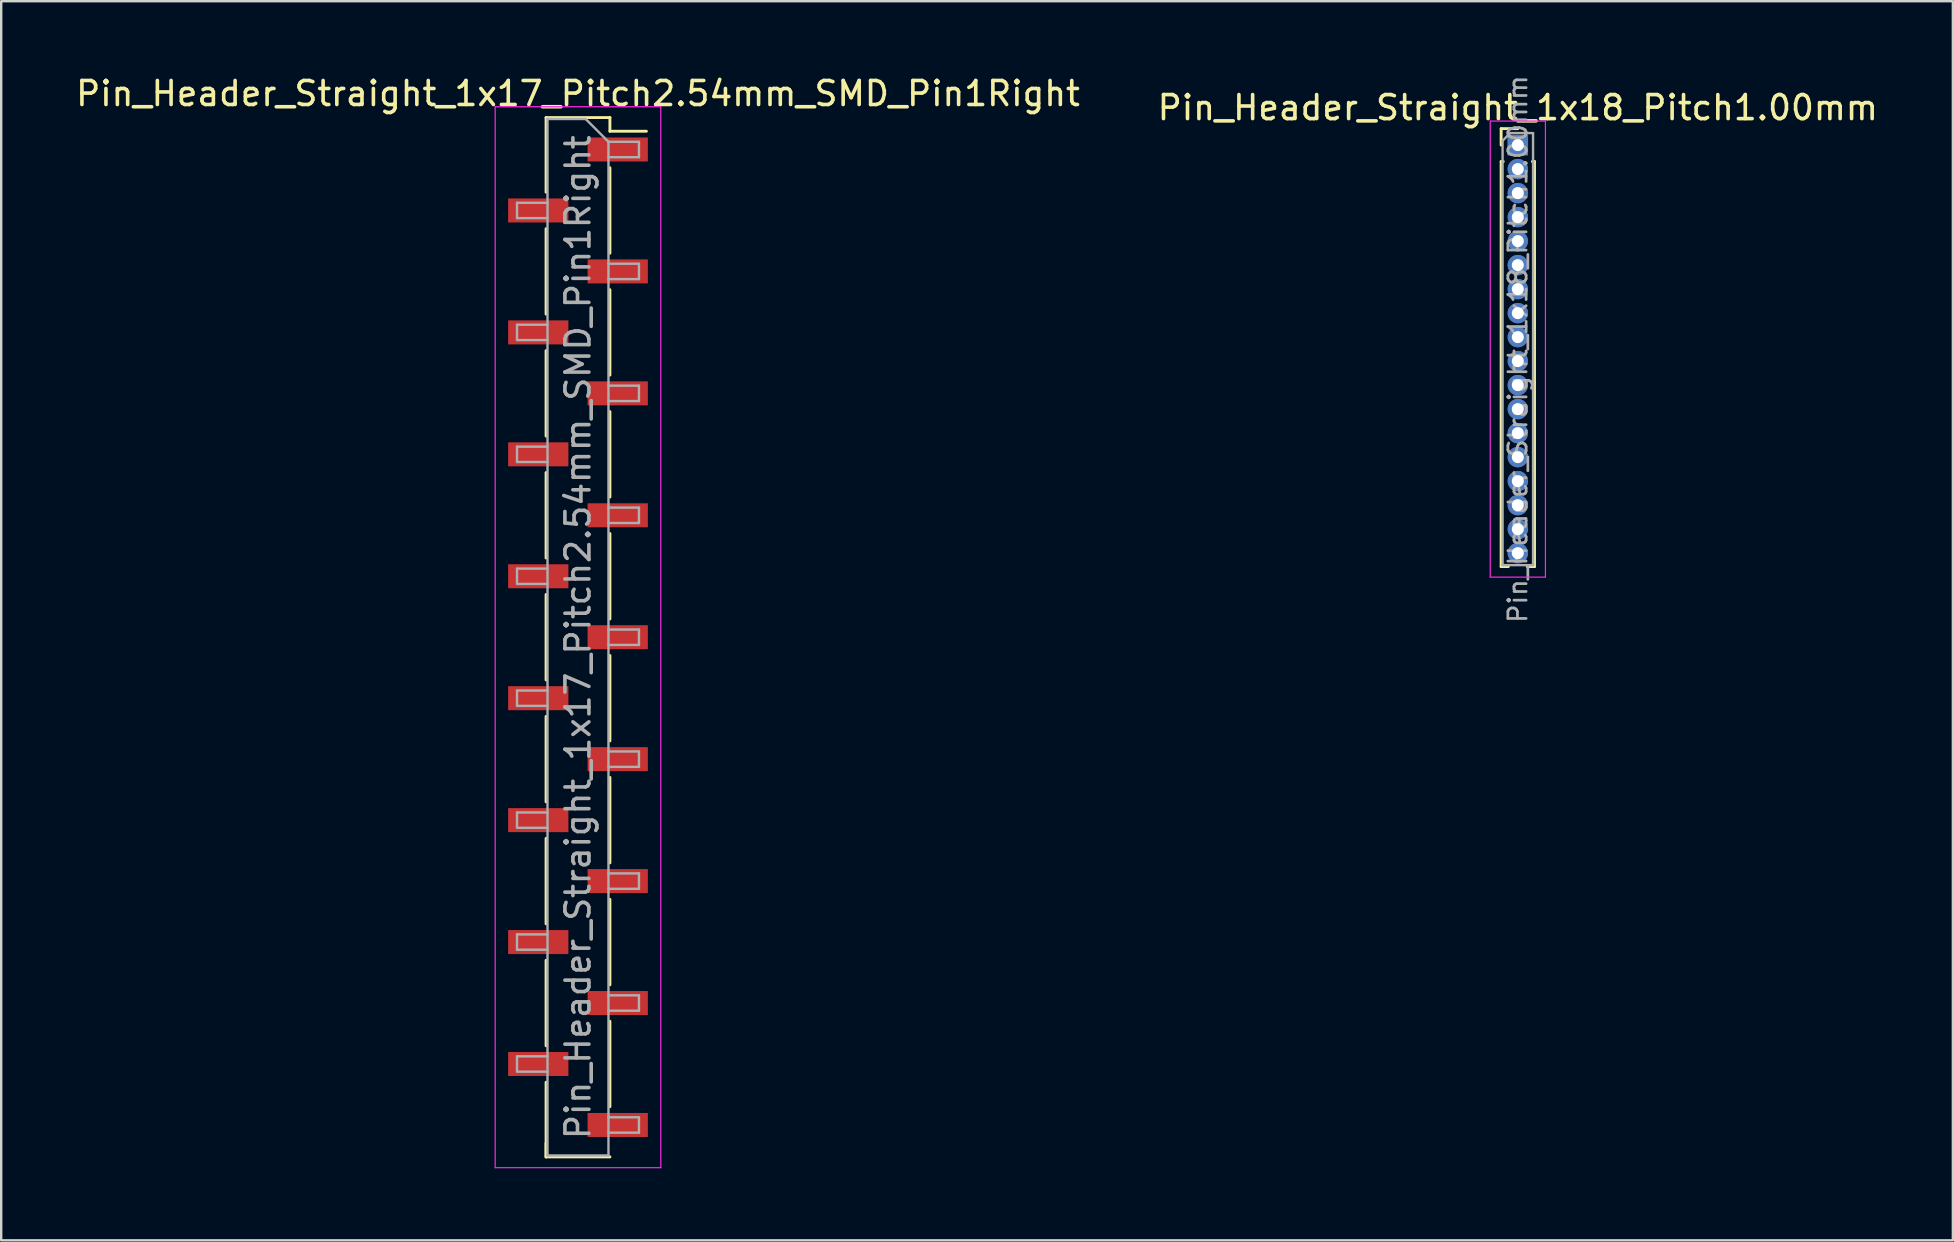
<source format=kicad_pcb>
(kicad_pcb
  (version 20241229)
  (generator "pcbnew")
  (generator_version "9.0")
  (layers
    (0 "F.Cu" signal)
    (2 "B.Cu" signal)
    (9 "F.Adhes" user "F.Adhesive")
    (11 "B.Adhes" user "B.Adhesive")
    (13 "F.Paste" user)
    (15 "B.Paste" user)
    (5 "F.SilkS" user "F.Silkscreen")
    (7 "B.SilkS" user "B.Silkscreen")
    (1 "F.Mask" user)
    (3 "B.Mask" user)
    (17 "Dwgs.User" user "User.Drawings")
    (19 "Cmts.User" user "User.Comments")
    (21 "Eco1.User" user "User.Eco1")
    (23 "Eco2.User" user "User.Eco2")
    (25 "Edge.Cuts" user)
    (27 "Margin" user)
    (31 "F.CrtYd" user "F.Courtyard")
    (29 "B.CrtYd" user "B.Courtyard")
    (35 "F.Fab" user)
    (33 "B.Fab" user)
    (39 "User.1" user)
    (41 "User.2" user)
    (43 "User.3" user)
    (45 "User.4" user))
  (footprint "Pin_Header_Straight_1x17_Pitch2.54mm_SMD_Pin1Right"
    (layer "F.Cu")
    (at 21.03 23.498)
    (property "Reference" "Pin_Header_Straight_1x17_Pitch2.54mm_SMD_Pin1Right" (at 0 -22.65 0) (layer "F.SilkS") (effects (font (size 1 1) (thickness 0.15))))
    (attr smd)
    (fp_line (start -1.33 -21.65) (end -1.33 -18.54) (stroke (width 0.12) (type solid)) (layer "F.SilkS"))
    (fp_line (start -1.33 -21.65) (end 1.33 -21.65) (stroke (width 0.12) (type solid)) (layer "F.SilkS"))
    (fp_line (start -1.33 -17.02) (end -1.33 -13.46) (stroke (width 0.12) (type solid)) (layer "F.SilkS"))
    (fp_line (start -1.33 -11.94) (end -1.33 -8.38) (stroke (width 0.12) (type solid)) (layer "F.SilkS"))
    (fp_line (start -1.33 -6.86) (end -1.33 -3.3) (stroke (width 0.12) (type solid)) (layer "F.SilkS"))
    (fp_line (start -1.33 -1.78) (end -1.33 1.78) (stroke (width 0.12) (type solid)) (layer "F.SilkS"))
    (fp_line (start -1.33 3.3) (end -1.33 6.86) (stroke (width 0.12) (type solid)) (layer "F.SilkS"))
    (fp_line (start -1.33 8.38) (end -1.33 11.94) (stroke (width 0.12) (type solid)) (layer "F.SilkS"))
    (fp_line (start -1.33 13.46) (end -1.33 17.02) (stroke (width 0.12) (type solid)) (layer "F.SilkS"))
    (fp_line (start -1.33 18.54) (end -1.33 21.65) (stroke (width 0.12) (type solid)) (layer "F.SilkS"))
    (fp_line (start -1.33 21.08) (end -1.33 21.65) (stroke (width 0.12) (type solid)) (layer "F.SilkS"))
    (fp_line (start -1.33 21.65) (end 1.33 21.65) (stroke (width 0.12) (type solid)) (layer "F.SilkS"))
    (fp_line (start 1.33 -21.65) (end 1.33 -21.08) (stroke (width 0.12) (type solid)) (layer "F.SilkS"))
    (fp_line (start 1.33 -21.08) (end 2.85 -21.08) (stroke (width 0.12) (type solid)) (layer "F.SilkS"))
    (fp_line (start 1.33 -19.56) (end 1.33 -16) (stroke (width 0.12) (type solid)) (layer "F.SilkS"))
    (fp_line (start 1.33 -14.48) (end 1.33 -10.92) (stroke (width 0.12) (type solid)) (layer "F.SilkS"))
    (fp_line (start 1.33 -9.4) (end 1.33 -5.84) (stroke (width 0.12) (type solid)) (layer "F.SilkS"))
    (fp_line (start 1.33 -4.32) (end 1.33 -0.76) (stroke (width 0.12) (type solid)) (layer "F.SilkS"))
    (fp_line (start 1.33 0.76) (end 1.33 4.32) (stroke (width 0.12) (type solid)) (layer "F.SilkS"))
    (fp_line (start 1.33 5.84) (end 1.33 9.4) (stroke (width 0.12) (type solid)) (layer "F.SilkS"))
    (fp_line (start 1.33 10.92) (end 1.33 14.48) (stroke (width 0.12) (type solid)) (layer "F.SilkS"))
    (fp_line (start 1.33 16) (end 1.33 19.56) (stroke (width 0.12) (type solid)) (layer "F.SilkS"))
    (fp_line (start -3.45 -22.1) (end -3.45 22.1) (stroke (width 0.05) (type solid)) (layer "F.CrtYd"))
    (fp_line (start -3.45 22.1) (end 3.45 22.1) (stroke (width 0.05) (type solid)) (layer "F.CrtYd"))
    (fp_line (start 3.45 -22.1) (end -3.45 -22.1) (stroke (width 0.05) (type solid)) (layer "F.CrtYd"))
    (fp_line (start 3.45 22.1) (end 3.45 -22.1) (stroke (width 0.05) (type solid)) (layer "F.CrtYd"))
    (fp_line (start -2.54 -18.1) (end -2.54 -17.46) (stroke (width 0.1) (type solid)) (layer "F.Fab"))
    (fp_line (start -2.54 -17.46) (end -1.27 -17.46) (stroke (width 0.1) (type solid)) (layer "F.Fab"))
    (fp_line (start -2.54 -13.02) (end -2.54 -12.38) (stroke (width 0.1) (type solid)) (layer "F.Fab"))
    (fp_line (start -2.54 -12.38) (end -1.27 -12.38) (stroke (width 0.1) (type solid)) (layer "F.Fab"))
    (fp_line (start -2.54 -7.94) (end -2.54 -7.3) (stroke (width 0.1) (type solid)) (layer "F.Fab"))
    (fp_line (start -2.54 -7.3) (end -1.27 -7.3) (stroke (width 0.1) (type solid)) (layer "F.Fab"))
    (fp_line (start -2.54 -2.86) (end -2.54 -2.22) (stroke (width 0.1) (type solid)) (layer "F.Fab"))
    (fp_line (start -2.54 -2.22) (end -1.27 -2.22) (stroke (width 0.1) (type solid)) (layer "F.Fab"))
    (fp_line (start -2.54 2.22) (end -2.54 2.86) (stroke (width 0.1) (type solid)) (layer "F.Fab"))
    (fp_line (start -2.54 2.86) (end -1.27 2.86) (stroke (width 0.1) (type solid)) (layer "F.Fab"))
    (fp_line (start -2.54 7.3) (end -2.54 7.94) (stroke (width 0.1) (type solid)) (layer "F.Fab"))
    (fp_line (start -2.54 7.94) (end -1.27 7.94) (stroke (width 0.1) (type solid)) (layer "F.Fab"))
    (fp_line (start -2.54 12.38) (end -2.54 13.02) (stroke (width 0.1) (type solid)) (layer "F.Fab"))
    (fp_line (start -2.54 13.02) (end -1.27 13.02) (stroke (width 0.1) (type solid)) (layer "F.Fab"))
    (fp_line (start -2.54 17.46) (end -2.54 18.1) (stroke (width 0.1) (type solid)) (layer "F.Fab"))
    (fp_line (start -2.54 18.1) (end -1.27 18.1) (stroke (width 0.1) (type solid)) (layer "F.Fab"))
    (fp_line (start -1.27 -21.59) (end -1.27 21.59) (stroke (width 0.1) (type solid)) (layer "F.Fab"))
    (fp_line (start -1.27 -21.59) (end 0.32 -21.59) (stroke (width 0.1) (type solid)) (layer "F.Fab"))
    (fp_line (start -1.27 -18.1) (end -2.54 -18.1) (stroke (width 0.1) (type solid)) (layer "F.Fab"))
    (fp_line (start -1.27 -13.02) (end -2.54 -13.02) (stroke (width 0.1) (type solid)) (layer "F.Fab"))
    (fp_line (start -1.27 -7.94) (end -2.54 -7.94) (stroke (width 0.1) (type solid)) (layer "F.Fab"))
    (fp_line (start -1.27 -2.86) (end -2.54 -2.86) (stroke (width 0.1) (type solid)) (layer "F.Fab"))
    (fp_line (start -1.27 2.22) (end -2.54 2.22) (stroke (width 0.1) (type solid)) (layer "F.Fab"))
    (fp_line (start -1.27 7.3) (end -2.54 7.3) (stroke (width 0.1) (type solid)) (layer "F.Fab"))
    (fp_line (start -1.27 12.38) (end -2.54 12.38) (stroke (width 0.1) (type solid)) (layer "F.Fab"))
    (fp_line (start -1.27 17.46) (end -2.54 17.46) (stroke (width 0.1) (type solid)) (layer "F.Fab"))
    (fp_line (start 1.27 -20.64) (end 0.32 -21.59) (stroke (width 0.1) (type solid)) (layer "F.Fab"))
    (fp_line (start 1.27 -20.64) (end 2.54 -20.64) (stroke (width 0.1) (type solid)) (layer "F.Fab"))
    (fp_line (start 1.27 -15.56) (end 2.54 -15.56) (stroke (width 0.1) (type solid)) (layer "F.Fab"))
    (fp_line (start 1.27 -10.48) (end 2.54 -10.48) (stroke (width 0.1) (type solid)) (layer "F.Fab"))
    (fp_line (start 1.27 -5.4) (end 2.54 -5.4) (stroke (width 0.1) (type solid)) (layer "F.Fab"))
    (fp_line (start 1.27 -0.32) (end 2.54 -0.32) (stroke (width 0.1) (type solid)) (layer "F.Fab"))
    (fp_line (start 1.27 4.76) (end 2.54 4.76) (stroke (width 0.1) (type solid)) (layer "F.Fab"))
    (fp_line (start 1.27 9.84) (end 2.54 9.84) (stroke (width 0.1) (type solid)) (layer "F.Fab"))
    (fp_line (start 1.27 14.92) (end 2.54 14.92) (stroke (width 0.1) (type solid)) (layer "F.Fab"))
    (fp_line (start 1.27 20) (end 2.54 20) (stroke (width 0.1) (type solid)) (layer "F.Fab"))
    (fp_line (start 1.27 21.59) (end -1.27 21.59) (stroke (width 0.1) (type solid)) (layer "F.Fab"))
    (fp_line (start 1.27 21.59) (end 1.27 -20.64) (stroke (width 0.1) (type solid)) (layer "F.Fab"))
    (fp_line (start 2.54 -20.64) (end 2.54 -20) (stroke (width 0.1) (type solid)) (layer "F.Fab"))
    (fp_line (start 2.54 -20) (end 1.27 -20) (stroke (width 0.1) (type solid)) (layer "F.Fab"))
    (fp_line (start 2.54 -15.56) (end 2.54 -14.92) (stroke (width 0.1) (type solid)) (layer "F.Fab"))
    (fp_line (start 2.54 -14.92) (end 1.27 -14.92) (stroke (width 0.1) (type solid)) (layer "F.Fab"))
    (fp_line (start 2.54 -10.48) (end 2.54 -9.84) (stroke (width 0.1) (type solid)) (layer "F.Fab"))
    (fp_line (start 2.54 -9.84) (end 1.27 -9.84) (stroke (width 0.1) (type solid)) (layer "F.Fab"))
    (fp_line (start 2.54 -5.4) (end 2.54 -4.76) (stroke (width 0.1) (type solid)) (layer "F.Fab"))
    (fp_line (start 2.54 -4.76) (end 1.27 -4.76) (stroke (width 0.1) (type solid)) (layer "F.Fab"))
    (fp_line (start 2.54 -0.32) (end 2.54 0.32) (stroke (width 0.1) (type solid)) (layer "F.Fab"))
    (fp_line (start 2.54 0.32) (end 1.27 0.32) (stroke (width 0.1) (type solid)) (layer "F.Fab"))
    (fp_line (start 2.54 4.76) (end 2.54 5.4) (stroke (width 0.1) (type solid)) (layer "F.Fab"))
    (fp_line (start 2.54 5.4) (end 1.27 5.4) (stroke (width 0.1) (type solid)) (layer "F.Fab"))
    (fp_line (start 2.54 9.84) (end 2.54 10.48) (stroke (width 0.1) (type solid)) (layer "F.Fab"))
    (fp_line (start 2.54 10.48) (end 1.27 10.48) (stroke (width 0.1) (type solid)) (layer "F.Fab"))
    (fp_line (start 2.54 14.92) (end 2.54 15.56) (stroke (width 0.1) (type solid)) (layer "F.Fab"))
    (fp_line (start 2.54 15.56) (end 1.27 15.56) (stroke (width 0.1) (type solid)) (layer "F.Fab"))
    (fp_line (start 2.54 20) (end 2.54 20.64) (stroke (width 0.1) (type solid)) (layer "F.Fab"))
    (fp_line (start 2.54 20.64) (end 1.27 20.64) (stroke (width 0.1) (type solid)) (layer "F.Fab"))
    (fp_text user "${REFERENCE}" (at 0 0 90) (layer "F.Fab") (effects (font (size 1 1) (thickness 0.15))))
    (pad "1" smd rect (at 1.655 -20.32) (size 2.51 1) (layers "F.Cu" "F.Mask" "F.Paste"))
    (pad "2" smd rect (at -1.655 -17.78) (size 2.51 1) (layers "F.Cu" "F.Mask" "F.Paste"))
    (pad "3" smd rect (at 1.655 -15.24) (size 2.51 1) (layers "F.Cu" "F.Mask" "F.Paste"))
    (pad "4" smd rect (at -1.655 -12.7) (size 2.51 1) (layers "F.Cu" "F.Mask" "F.Paste"))
    (pad "5" smd rect (at 1.655 -10.16) (size 2.51 1) (layers "F.Cu" "F.Mask" "F.Paste"))
    (pad "6" smd rect (at -1.655 -7.62) (size 2.51 1) (layers "F.Cu" "F.Mask" "F.Paste"))
    (pad "7" smd rect (at 1.655 -5.08) (size 2.51 1) (layers "F.Cu" "F.Mask" "F.Paste"))
    (pad "8" smd rect (at -1.655 -2.54) (size 2.51 1) (layers "F.Cu" "F.Mask" "F.Paste"))
    (pad "9" smd rect (at 1.655 0) (size 2.51 1) (layers "F.Cu" "F.Mask" "F.Paste"))
    (pad "10" smd rect (at -1.655 2.54) (size 2.51 1) (layers "F.Cu" "F.Mask" "F.Paste"))
    (pad "11" smd rect (at 1.655 5.08) (size 2.51 1) (layers "F.Cu" "F.Mask" "F.Paste"))
    (pad "12" smd rect (at -1.655 7.62) (size 2.51 1) (layers "F.Cu" "F.Mask" "F.Paste"))
    (pad "13" smd rect (at 1.655 10.16) (size 2.51 1) (layers "F.Cu" "F.Mask" "F.Paste"))
    (pad "14" smd rect (at -1.655 12.7) (size 2.51 1) (layers "F.Cu" "F.Mask" "F.Paste"))
    (pad "15" smd rect (at 1.655 15.24) (size 2.51 1) (layers "F.Cu" "F.Mask" "F.Paste"))
    (pad "16" smd rect (at -1.655 17.78) (size 2.51 1) (layers "F.Cu" "F.Mask" "F.Paste"))
    (pad "17" smd rect (at 1.655 20.32) (size 2.51 1) (layers "F.Cu" "F.Mask" "F.Paste")))
  (footprint "Pin_Header_Straight_1x18_Pitch1.00mm"
    (layer "F.Cu")
    (at 60.185 2.995)
    (property "Reference" "Pin_Header_Straight_1x18_Pitch1.00mm" (at 0 -1.56 0) (layer "F.SilkS") (effects (font (size 1 1) (thickness 0.15))))
    (attr through_hole)
    (fp_line (start -0.695 -0.685) (end 0 -0.685) (stroke (width 0.12) (type solid)) (layer "F.SilkS"))
    (fp_line (start -0.695 0) (end -0.695 -0.685) (stroke (width 0.12) (type solid)) (layer "F.SilkS"))
    (fp_line (start -0.695 0.685) (end -0.695 17.56) (stroke (width 0.12) (type solid)) (layer "F.SilkS"))
    (fp_line (start -0.695 0.685) (end -0.608 0.685) (stroke (width 0.12) (type solid)) (layer "F.SilkS"))
    (fp_line (start -0.695 17.56) (end -0.394 17.56) (stroke (width 0.12) (type solid)) (layer "F.SilkS"))
    (fp_line (start 0.394 17.56) (end 0.695 17.56) (stroke (width 0.12) (type solid)) (layer "F.SilkS"))
    (fp_line (start 0.608 0.685) (end 0.695 0.685) (stroke (width 0.12) (type solid)) (layer "F.SilkS"))
    (fp_line (start 0.695 0.685) (end 0.695 17.56) (stroke (width 0.12) (type solid)) (layer "F.SilkS"))
    (fp_line (start -1.15 -1) (end -1.15 18) (stroke (width 0.05) (type solid)) (layer "F.CrtYd"))
    (fp_line (start -1.15 18) (end 1.15 18) (stroke (width 0.05) (type solid)) (layer "F.CrtYd"))
    (fp_line (start 1.15 -1) (end -1.15 -1) (stroke (width 0.05) (type solid)) (layer "F.CrtYd"))
    (fp_line (start 1.15 18) (end 1.15 -1) (stroke (width 0.05) (type solid)) (layer "F.CrtYd"))
    (fp_line (start -0.635 -0.182) (end -0.318 -0.5) (stroke (width 0.1) (type solid)) (layer "F.Fab"))
    (fp_line (start -0.635 17.5) (end -0.635 -0.182) (stroke (width 0.1) (type solid)) (layer "F.Fab"))
    (fp_line (start -0.318 -0.5) (end 0.635 -0.5) (stroke (width 0.1) (type solid)) (layer "F.Fab"))
    (fp_line (start 0.635 -0.5) (end 0.635 17.5) (stroke (width 0.1) (type solid)) (layer "F.Fab"))
    (fp_line (start 0.635 17.5) (end -0.635 17.5) (stroke (width 0.1) (type solid)) (layer "F.Fab"))
    (fp_text user "${REFERENCE}" (at 0 8.5 90) (layer "F.Fab") (effects (font (size 0.76 0.76) (thickness 0.114))))
    (pad "1" thru_hole rect (at 0 0) (size 0.85 0.85) (drill 0.5) (layers "*.Cu" "*.Mask"))
    (pad "2" thru_hole oval (at 0 1) (size 0.85 0.85) (drill 0.5) (layers "*.Cu" "*.Mask"))
    (pad "3" thru_hole oval (at 0 2) (size 0.85 0.85) (drill 0.5) (layers "*.Cu" "*.Mask"))
    (pad "4" thru_hole oval (at 0 3) (size 0.85 0.85) (drill 0.5) (layers "*.Cu" "*.Mask"))
    (pad "5" thru_hole oval (at 0 4) (size 0.85 0.85) (drill 0.5) (layers "*.Cu" "*.Mask"))
    (pad "6" thru_hole oval (at 0 5) (size 0.85 0.85) (drill 0.5) (layers "*.Cu" "*.Mask"))
    (pad "7" thru_hole oval (at 0 6) (size 0.85 0.85) (drill 0.5) (layers "*.Cu" "*.Mask"))
    (pad "8" thru_hole oval (at 0 7) (size 0.85 0.85) (drill 0.5) (layers "*.Cu" "*.Mask"))
    (pad "9" thru_hole oval (at 0 8) (size 0.85 0.85) (drill 0.5) (layers "*.Cu" "*.Mask"))
    (pad "10" thru_hole oval (at 0 9) (size 0.85 0.85) (drill 0.5) (layers "*.Cu" "*.Mask"))
    (pad "11" thru_hole oval (at 0 10) (size 0.85 0.85) (drill 0.5) (layers "*.Cu" "*.Mask"))
    (pad "12" thru_hole oval (at 0 11) (size 0.85 0.85) (drill 0.5) (layers "*.Cu" "*.Mask"))
    (pad "13" thru_hole oval (at 0 12) (size 0.85 0.85) (drill 0.5) (layers "*.Cu" "*.Mask"))
    (pad "14" thru_hole oval (at 0 13) (size 0.85 0.85) (drill 0.5) (layers "*.Cu" "*.Mask"))
    (pad "15" thru_hole oval (at 0 14) (size 0.85 0.85) (drill 0.5) (layers "*.Cu" "*.Mask"))
    (pad "16" thru_hole oval (at 0 15) (size 0.85 0.85) (drill 0.5) (layers "*.Cu" "*.Mask"))
    (pad "17" thru_hole oval (at 0 16) (size 0.85 0.85) (drill 0.5) (layers "*.Cu" "*.Mask"))
    (pad "18" thru_hole oval (at 0 17) (size 0.85 0.85) (drill 0.5) (layers "*.Cu" "*.Mask")))
  (gr_rect
    (start -3 -3)
    (end 78.31 48.623)
    (stroke (width 0.1) (type default))
    (fill no)
    (layer "Edge.Cuts")))
</source>
